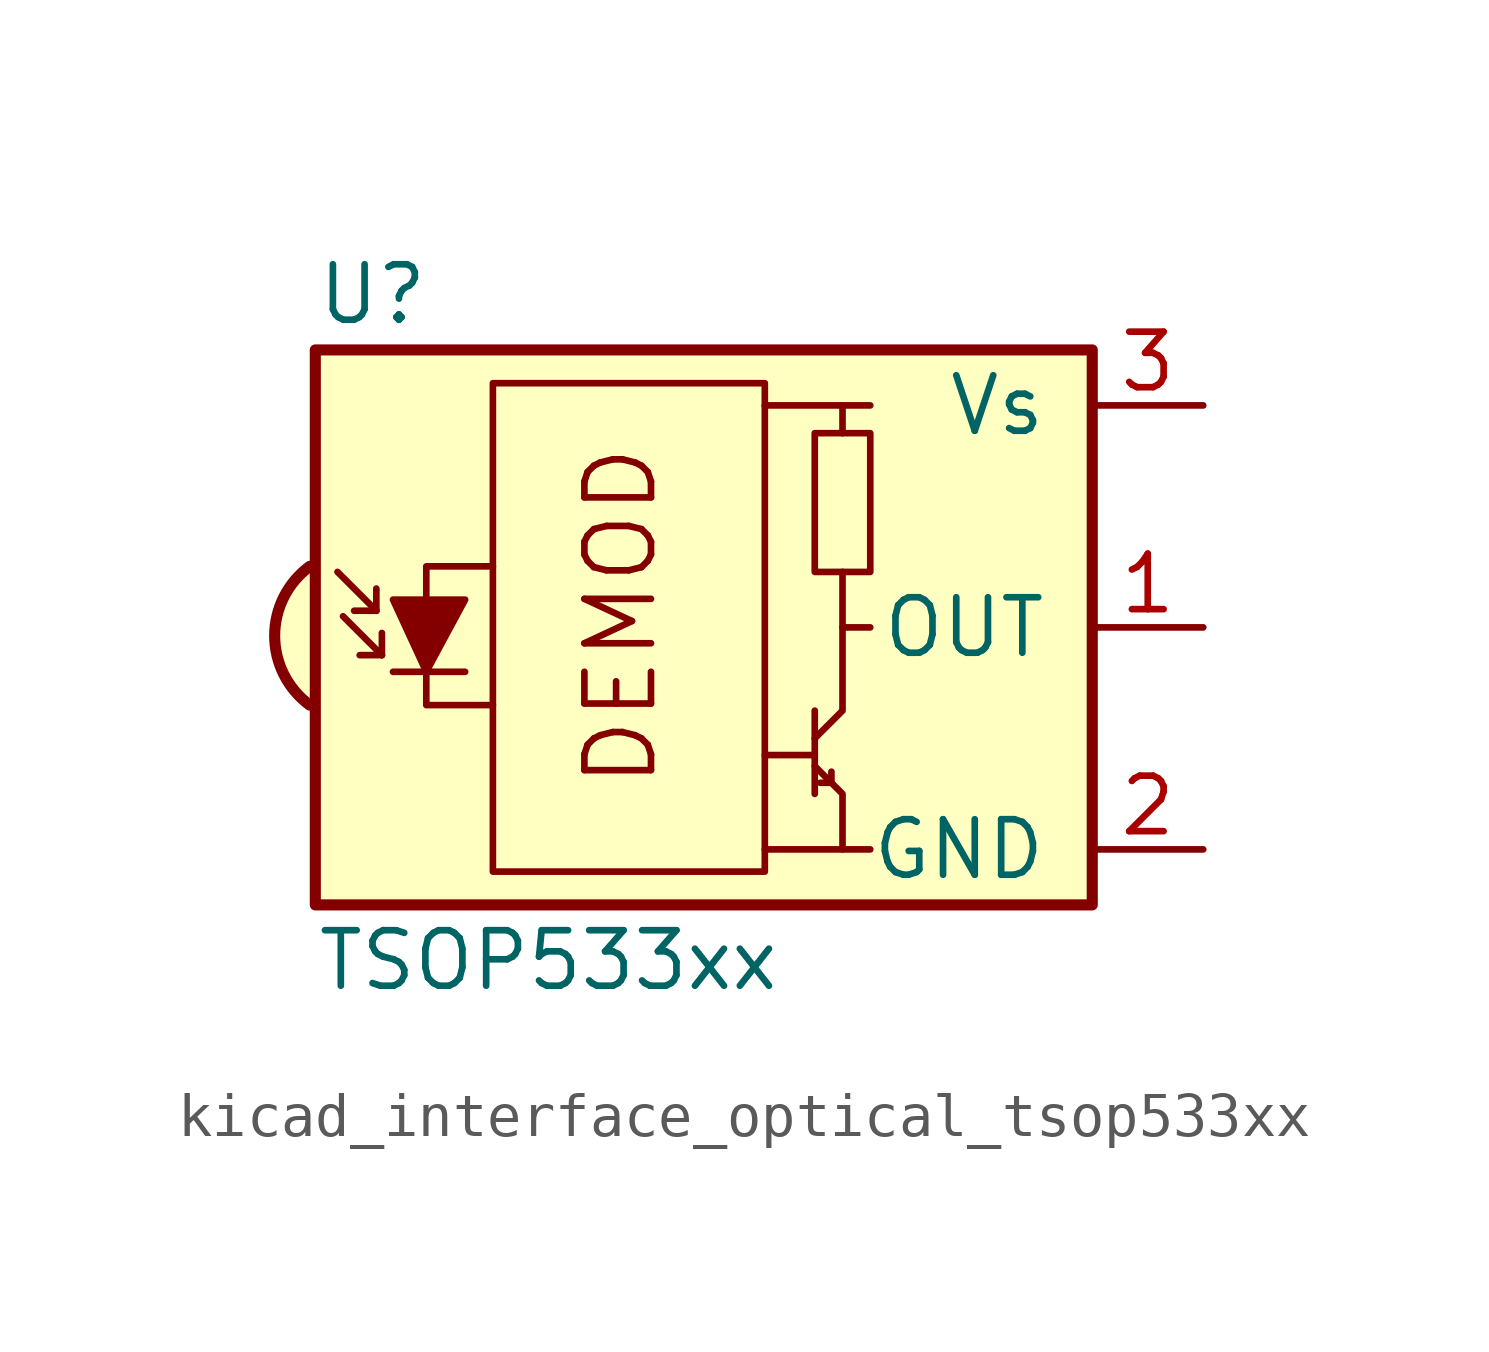
<source format=kicad_sym>
(kicad_symbol_lib
  (version 20220914)
  (generator kicad_symbol_editor)
  (symbol "kicad_interface_optical_tsop533xx"
    (pin_names
      (offset 1.016))
    (property "Reference" "U"
      (at -10.16 7.62 0)
      (effects (font (size 1.27 1.27)) (justify left)))
    (property "Value" "TSOP533xx"
      (at -10.16 -7.62 0)
      (effects (font (size 1.27 1.27)) (justify left)))
    (symbol "kicad_interface_optical_tsop533xx_0_0"
      (arc (start -10.287 1.397) (mid -11.0899 -0.1852) (end -10.287 -1.778) (stroke (width 0.254) (type default)) (fill (type background)))
      (polyline (pts (xy 1.905 -5.08) (xy 0.127 -5.08)) (stroke (width 0) (type default)) (fill (type none)))
      (polyline (pts (xy 1.905 5.08) (xy 0.127 5.08)) (stroke (width 0) (type default)) (fill (type none)))
      (text "DEMOD" (at -3.175 0.254 900) (effects (font (size 1.524 1.524)))))
    (symbol "kicad_interface_optical_tsop533xx_0_1"
      (rectangle (start -6.096 5.588) (end 0.127 -5.588) (stroke (width 0) (type default)) (fill (type none)))
      (polyline (pts (xy -8.763 0.381) (xy -9.652 1.27)) (stroke (width 0) (type default)) (fill (type none)))
      (polyline (pts (xy -8.763 0.381) (xy -9.271 0.381)) (stroke (width 0) (type default)) (fill (type none)))
      (polyline (pts (xy -8.763 0.381) (xy -8.763 0.889)) (stroke (width 0) (type default)) (fill (type none)))
      (polyline (pts (xy -8.636 -0.635) (xy -9.525 0.254)) (stroke (width 0) (type default)) (fill (type none)))
      (polyline (pts (xy -8.636 -0.635) (xy -9.144 -0.635)) (stroke (width 0) (type default)) (fill (type none)))
      (polyline (pts (xy -8.636 -0.635) (xy -8.636 -0.127)) (stroke (width 0) (type default)) (fill (type none)))
      (polyline (pts (xy -8.382 -1.016) (xy -6.731 -1.016)) (stroke (width 0) (type default)) (fill (type none)))
      (polyline (pts (xy 1.27 -2.921) (xy 0.127 -2.921)) (stroke (width 0) (type default)) (fill (type none)))
      (polyline (pts (xy 1.27 -1.905) (xy 1.27 -3.81)) (stroke (width 0) (type default)) (fill (type none)))
      (polyline (pts (xy 1.397 -3.556) (xy 1.524 -3.556)) (stroke (width 0) (type default)) (fill (type none)))
      (polyline (pts (xy 1.651 -3.556) (xy 1.524 -3.556)) (stroke (width 0) (type default)) (fill (type none)))
      (polyline (pts (xy 1.651 -3.556) (xy 1.651 -3.302)) (stroke (width 0) (type default)) (fill (type none)))
      (polyline (pts (xy 1.905 0) (xy 1.905 1.27)) (stroke (width 0) (type default)) (fill (type none)))
      (polyline (pts (xy 1.905 4.445) (xy 1.905 5.08) (xy 2.54 5.08)) (stroke (width 0) (type default)) (fill (type none)))
      (polyline (pts (xy -8.382 0.635) (xy -6.731 0.635) (xy -7.62 -1.016) (xy -8.382 0.635)) (stroke (width 0) (type default)) (fill (type outline)))
      (polyline (pts (xy -6.096 1.397) (xy -7.62 1.397) (xy -7.62 -1.778) (xy -6.096 -1.778)) (stroke (width 0) (type default)) (fill (type none)))
      (polyline (pts (xy 1.27 -3.175) (xy 1.905 -3.81) (xy 1.905 -5.08) (xy 2.54 -5.08)) (stroke (width 0) (type default)) (fill (type none)))
      (polyline (pts (xy 1.27 -2.54) (xy 1.905 -1.905) (xy 1.905 0) (xy 2.54 0)) (stroke (width 0) (type default)) (fill (type none)))
      (rectangle (start 2.54 1.27) (end 1.27 4.445) (stroke (width 0) (type default)) (fill (type none)))
      (rectangle (start 7.62 6.35) (end -10.16 -6.35) (stroke (width 0.254) (type default)) (fill (type background))))
    (symbol "kicad_interface_optical_tsop533xx_1_1"
      (pin output line (at 10.16 0 180) (length 2.54) (name "OUT" (effects (font (size 1.27 1.27)))) (number "1" (effects (font (size 1.27 1.27)))))
      (pin power_in line (at 10.16 -5.08 180) (length 2.54) (name "GND" (effects (font (size 1.27 1.27)))) (number "2" (effects (font (size 1.27 1.27)))))
      (pin power_in line (at 10.16 5.08 180) (length 2.54) (name "Vs" (effects (font (size 1.27 1.27)))) (number "3" (effects (font (size 1.27 1.27))))))))
</source>
